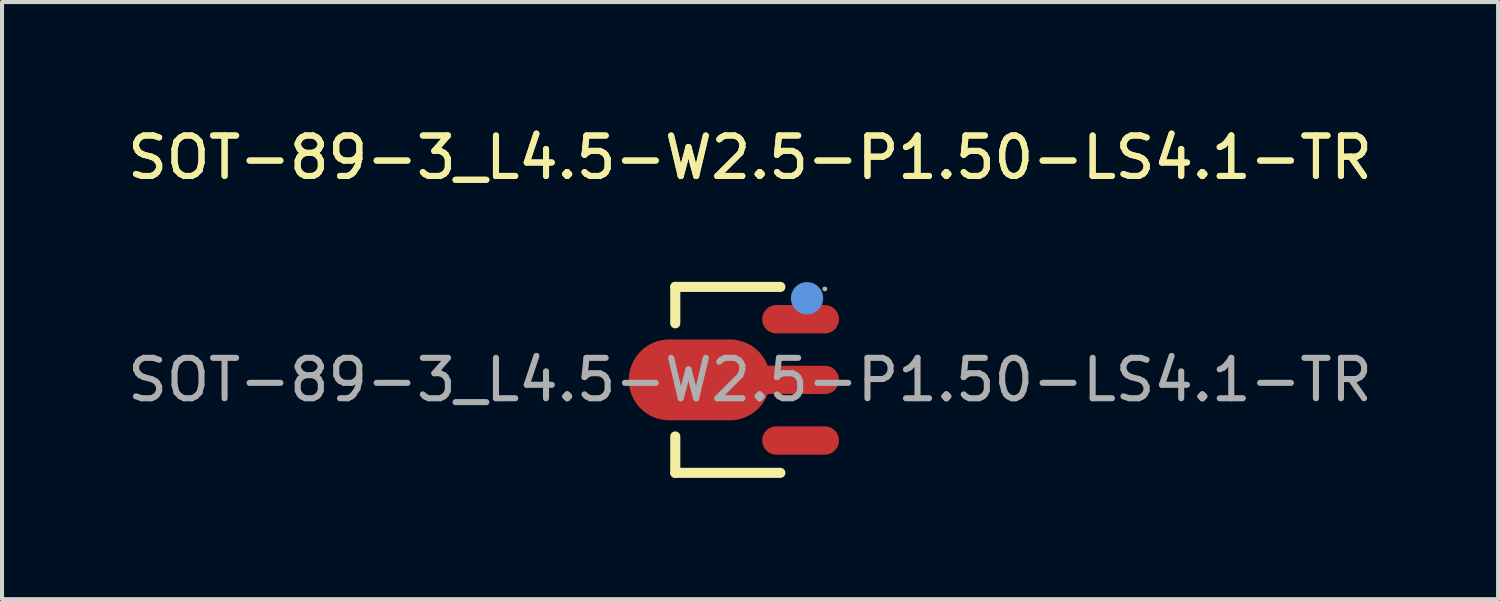
<source format=kicad_pcb>
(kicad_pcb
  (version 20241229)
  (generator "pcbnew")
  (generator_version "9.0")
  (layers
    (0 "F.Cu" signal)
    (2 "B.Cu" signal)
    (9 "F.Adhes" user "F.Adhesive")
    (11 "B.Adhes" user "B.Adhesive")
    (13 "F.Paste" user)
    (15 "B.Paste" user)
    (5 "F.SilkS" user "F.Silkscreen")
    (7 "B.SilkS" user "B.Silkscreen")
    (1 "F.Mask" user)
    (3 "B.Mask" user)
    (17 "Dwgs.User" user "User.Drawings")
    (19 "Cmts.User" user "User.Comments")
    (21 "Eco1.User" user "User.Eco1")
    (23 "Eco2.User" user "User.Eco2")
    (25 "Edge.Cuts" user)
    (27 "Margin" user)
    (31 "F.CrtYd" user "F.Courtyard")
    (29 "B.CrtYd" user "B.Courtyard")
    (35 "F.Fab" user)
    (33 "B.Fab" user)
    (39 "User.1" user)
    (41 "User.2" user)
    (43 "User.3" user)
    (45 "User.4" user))
  (footprint "SOT-89-3_L4.5-W2.5-P1.50-LS4.1-TR"
    (layer "F.Cu")
    (at 15.506 6.348)
    (property "Reference" "SOT-89-3_L4.5-W2.5-P1.50-LS4.1-TR" (at 0 -5.5 0) (layer "F.SilkS") (effects (font (size 1 1) (thickness 0.15))))
    (attr smd)
    (fp_line (start -1.85 -2.3) (end 0.75 -2.3) (stroke (width 0.25) (type solid)) (layer "F.SilkS"))
    (fp_line (start -1.85 -1.4) (end -1.85 -2.3) (stroke (width 0.25) (type solid)) (layer "F.SilkS"))
    (fp_line (start -1.85 2.3) (end -1.85 1.4) (stroke (width 0.25) (type solid)) (layer "F.SilkS"))
    (fp_line (start 0.75 2.3) (end -1.85 2.3) (stroke (width 0.25) (type solid)) (layer "F.SilkS"))
    (fp_circle (center 1.41 -2.02) (end 1.61 -2.02) (stroke (width 0.4) (type solid)) (fill no) (layer "Cmts.User"))
    (fp_circle (center 1.85 -2.25) (end 1.88 -2.25) (stroke (width 0.06) (type solid)) (fill no) (layer "F.Fab"))
    (fp_text user "${REFERENCE}" (at 0 -5.5 0) (layer "F.SilkS") (effects (font (size 1 1) (thickness 0.15))))
    (fp_text user "${REFERENCE}" (at 0 0 0) (layer "F.Fab") (effects (font (size 1 1) (thickness 0.15))))
    (pad "1" smd oval (at 1.25 -1.5 270) (size 0.7 1.9) (layers "F.Cu" "F.Mask" "F.Paste"))
    (pad "2" smd oval (at -1.25 0 270) (size 2 3.5) (layers "F.Cu" "F.Mask" "F.Paste"))
    (pad "2" smd oval (at 1.15 0 270) (size 0.7 2.1) (layers "F.Cu" "F.Mask" "F.Paste"))
    (pad "3" smd oval (at 1.25 1.5 270) (size 0.7 1.9) (layers "F.Cu" "F.Mask" "F.Paste")))
  (gr_rect
    (start -3 -3)
    (end 34.012 11.773)
    (stroke (width 0.1) (type default))
    (fill no)
    (layer "Edge.Cuts")))
</source>
